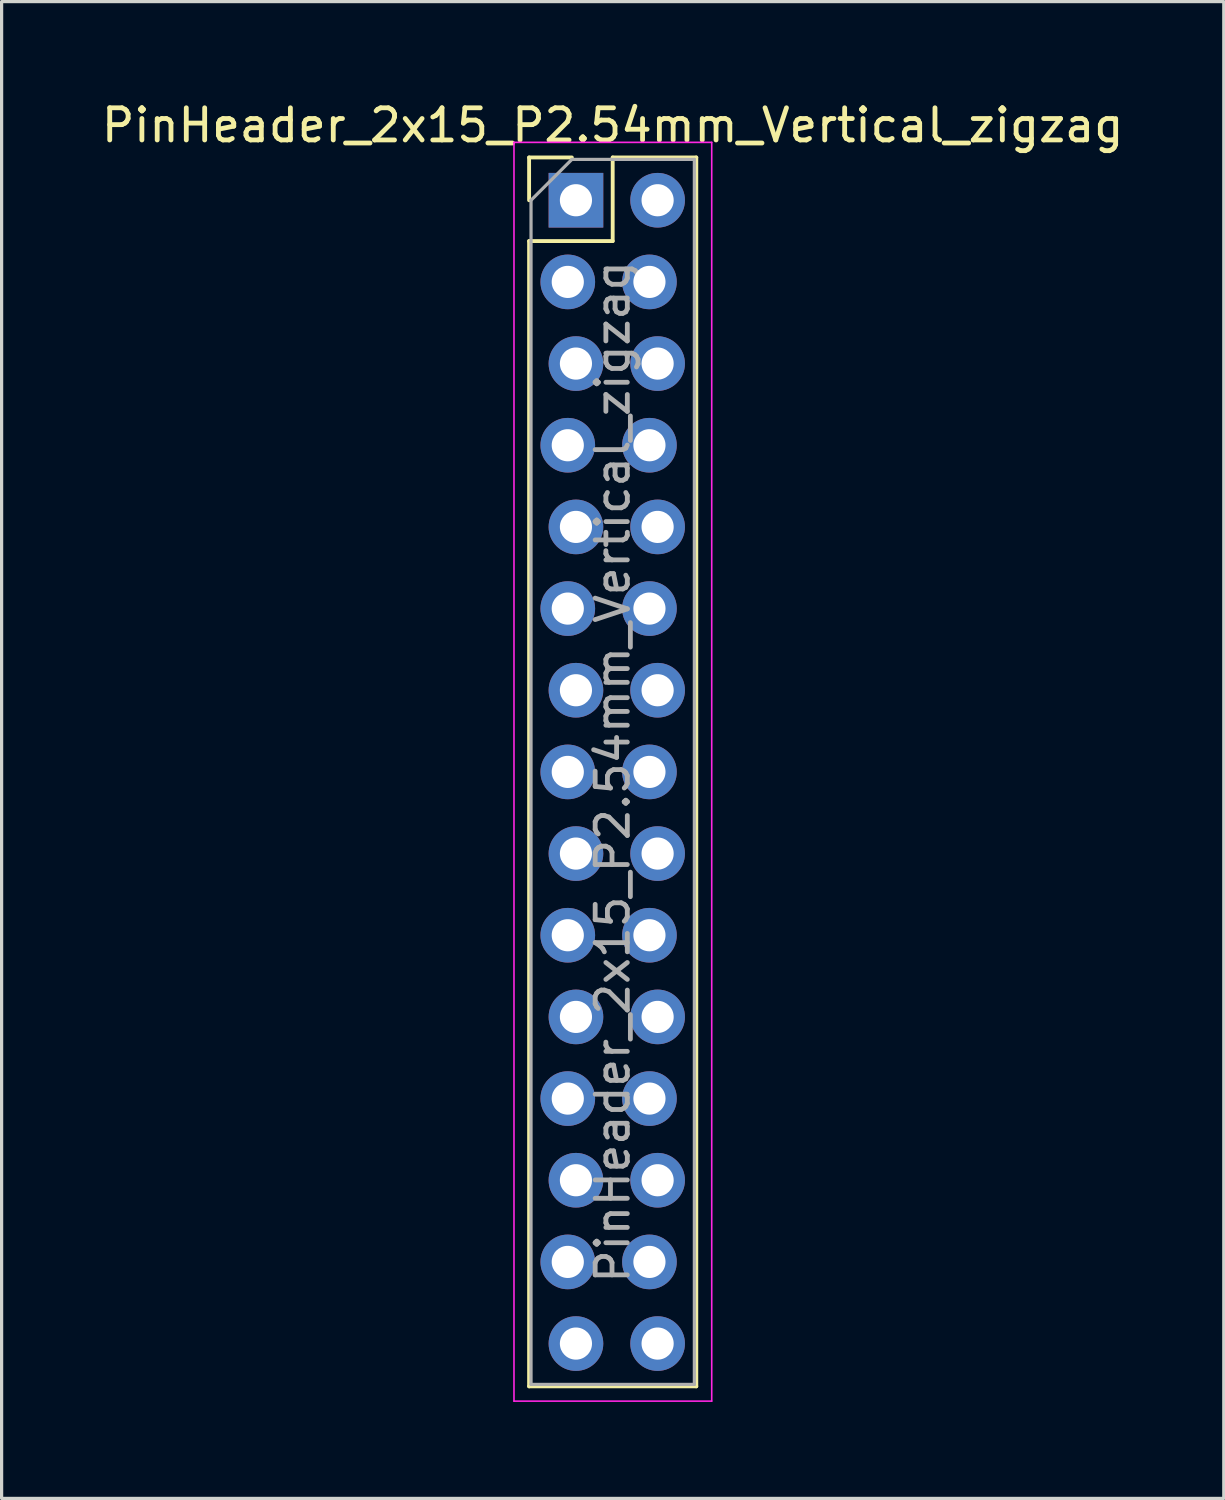
<source format=kicad_pcb>
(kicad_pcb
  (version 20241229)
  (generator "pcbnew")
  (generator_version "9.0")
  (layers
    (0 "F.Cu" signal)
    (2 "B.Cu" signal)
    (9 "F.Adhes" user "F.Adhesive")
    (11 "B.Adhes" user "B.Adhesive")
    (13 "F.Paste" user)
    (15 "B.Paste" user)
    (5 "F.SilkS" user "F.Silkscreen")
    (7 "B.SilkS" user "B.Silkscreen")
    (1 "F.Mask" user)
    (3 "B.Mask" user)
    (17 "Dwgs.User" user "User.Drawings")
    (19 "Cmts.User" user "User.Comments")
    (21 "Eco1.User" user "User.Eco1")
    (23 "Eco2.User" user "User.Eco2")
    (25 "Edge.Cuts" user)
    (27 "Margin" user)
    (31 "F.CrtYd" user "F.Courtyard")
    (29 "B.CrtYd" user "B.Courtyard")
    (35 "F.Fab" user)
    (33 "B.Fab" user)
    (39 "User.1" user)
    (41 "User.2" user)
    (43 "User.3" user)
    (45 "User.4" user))
  (footprint "PinHeader_2x15_P2.54mm_Vertical_zigzag"
    (layer "F.Cu")
    (at 14.736 3.178)
    (property "Reference" "PinHeader_2x15_P2.54mm_Vertical_zigzag" (at 1.27 -2.33 0) (layer "F.SilkS") (effects (font (size 1 1) (thickness 0.15))))
    (attr through_hole)
    (fp_line (start -1.33 -1.33) (end 0 -1.33) (stroke (width 0.12) (type solid)) (layer "F.SilkS"))
    (fp_line (start -1.33 0) (end -1.33 -1.33) (stroke (width 0.12) (type solid)) (layer "F.SilkS"))
    (fp_line (start -1.33 1.27) (end -1.33 36.89) (stroke (width 0.12) (type solid)) (layer "F.SilkS"))
    (fp_line (start -1.33 1.27) (end 1.27 1.27) (stroke (width 0.12) (type solid)) (layer "F.SilkS"))
    (fp_line (start -1.33 36.89) (end 3.87 36.89) (stroke (width 0.12) (type solid)) (layer "F.SilkS"))
    (fp_line (start 1.27 -1.33) (end 3.87 -1.33) (stroke (width 0.12) (type solid)) (layer "F.SilkS"))
    (fp_line (start 1.27 1.27) (end 1.27 -1.33) (stroke (width 0.12) (type solid)) (layer "F.SilkS"))
    (fp_line (start 3.87 -1.33) (end 3.87 36.89) (stroke (width 0.12) (type solid)) (layer "F.SilkS"))
    (fp_line (start -1.8 -1.8) (end -1.8 37.35) (stroke (width 0.05) (type solid)) (layer "F.CrtYd"))
    (fp_line (start -1.8 37.35) (end 4.35 37.35) (stroke (width 0.05) (type solid)) (layer "F.CrtYd"))
    (fp_line (start 4.35 -1.8) (end -1.8 -1.8) (stroke (width 0.05) (type solid)) (layer "F.CrtYd"))
    (fp_line (start 4.35 37.35) (end 4.35 -1.8) (stroke (width 0.05) (type solid)) (layer "F.CrtYd"))
    (fp_line (start -1.27 0) (end 0 -1.27) (stroke (width 0.1) (type solid)) (layer "F.Fab"))
    (fp_line (start -1.27 36.83) (end -1.27 0) (stroke (width 0.1) (type solid)) (layer "F.Fab"))
    (fp_line (start 0 -1.27) (end 3.81 -1.27) (stroke (width 0.1) (type solid)) (layer "F.Fab"))
    (fp_line (start 3.81 -1.27) (end 3.81 36.83) (stroke (width 0.1) (type solid)) (layer "F.Fab"))
    (fp_line (start 3.81 36.83) (end -1.27 36.83) (stroke (width 0.1) (type solid)) (layer "F.Fab"))
    (fp_text user "${REFERENCE}" (at 1.27 17.78 90) (layer "F.Fab") (effects (font (size 1 1) (thickness 0.15))))
    (pad "1" thru_hole rect (at 0.127 0) (size 1.7 1.7) (drill 1) (layers "*.Cu" "*.Mask"))
    (pad "2" thru_hole oval (at 2.667 0) (size 1.7 1.7) (drill 1) (layers "*.Cu" "*.Mask"))
    (pad "3" thru_hole oval (at -0.127 2.54) (size 1.7 1.7) (drill 1) (layers "*.Cu" "*.Mask"))
    (pad "4" thru_hole oval (at 2.413 2.54) (size 1.7 1.7) (drill 1) (layers "*.Cu" "*.Mask"))
    (pad "5" thru_hole oval (at 0.127 5.08) (size 1.7 1.7) (drill 1) (layers "*.Cu" "*.Mask"))
    (pad "6" thru_hole oval (at 2.667 5.08) (size 1.7 1.7) (drill 1) (layers "*.Cu" "*.Mask"))
    (pad "7" thru_hole oval (at -0.127 7.62) (size 1.7 1.7) (drill 1) (layers "*.Cu" "*.Mask"))
    (pad "8" thru_hole oval (at 2.413 7.62) (size 1.7 1.7) (drill 1) (layers "*.Cu" "*.Mask"))
    (pad "9" thru_hole oval (at 0.127 10.16) (size 1.7 1.7) (drill 1) (layers "*.Cu" "*.Mask"))
    (pad "10" thru_hole oval (at 2.667 10.16) (size 1.7 1.7) (drill 1) (layers "*.Cu" "*.Mask"))
    (pad "11" thru_hole oval (at -0.127 12.7) (size 1.7 1.7) (drill 1) (layers "*.Cu" "*.Mask"))
    (pad "12" thru_hole oval (at 2.413 12.7) (size 1.7 1.7) (drill 1) (layers "*.Cu" "*.Mask"))
    (pad "13" thru_hole oval (at 0.127 15.24) (size 1.7 1.7) (drill 1) (layers "*.Cu" "*.Mask"))
    (pad "14" thru_hole oval (at 2.667 15.24) (size 1.7 1.7) (drill 1) (layers "*.Cu" "*.Mask"))
    (pad "15" thru_hole oval (at -0.127 17.78) (size 1.7 1.7) (drill 1) (layers "*.Cu" "*.Mask"))
    (pad "16" thru_hole oval (at 2.413 17.78) (size 1.7 1.7) (drill 1) (layers "*.Cu" "*.Mask"))
    (pad "17" thru_hole oval (at 0.127 20.32) (size 1.7 1.7) (drill 1) (layers "*.Cu" "*.Mask"))
    (pad "18" thru_hole oval (at 2.667 20.32) (size 1.7 1.7) (drill 1) (layers "*.Cu" "*.Mask"))
    (pad "19" thru_hole oval (at -0.127 22.86) (size 1.7 1.7) (drill 1) (layers "*.Cu" "*.Mask"))
    (pad "20" thru_hole oval (at 2.413 22.86) (size 1.7 1.7) (drill 1) (layers "*.Cu" "*.Mask"))
    (pad "21" thru_hole oval (at 0.127 25.4) (size 1.7 1.7) (drill 1) (layers "*.Cu" "*.Mask"))
    (pad "22" thru_hole oval (at 2.667 25.4) (size 1.7 1.7) (drill 1) (layers "*.Cu" "*.Mask"))
    (pad "23" thru_hole oval (at -0.127 27.94) (size 1.7 1.7) (drill 1) (layers "*.Cu" "*.Mask"))
    (pad "24" thru_hole oval (at 2.413 27.94) (size 1.7 1.7) (drill 1) (layers "*.Cu" "*.Mask"))
    (pad "25" thru_hole oval (at 0.127 30.48) (size 1.7 1.7) (drill 1) (layers "*.Cu" "*.Mask"))
    (pad "26" thru_hole oval (at 2.667 30.48) (size 1.7 1.7) (drill 1) (layers "*.Cu" "*.Mask"))
    (pad "27" thru_hole oval (at -0.127 33.02) (size 1.7 1.7) (drill 1) (layers "*.Cu" "*.Mask"))
    (pad "28" thru_hole oval (at 2.413 33.02) (size 1.7 1.7) (drill 1) (layers "*.Cu" "*.Mask"))
    (pad "29" thru_hole oval (at 0.127 35.56) (size 1.7 1.7) (drill 1) (layers "*.Cu" "*.Mask"))
    (pad "30" thru_hole oval (at 2.667 35.56) (size 1.7 1.7) (drill 1) (layers "*.Cu" "*.Mask")))
  (gr_rect
    (start -3 -3)
    (end 35.012 43.553)
    (stroke (width 0.1) (type default))
    (fill no)
    (layer "Edge.Cuts")))
</source>
